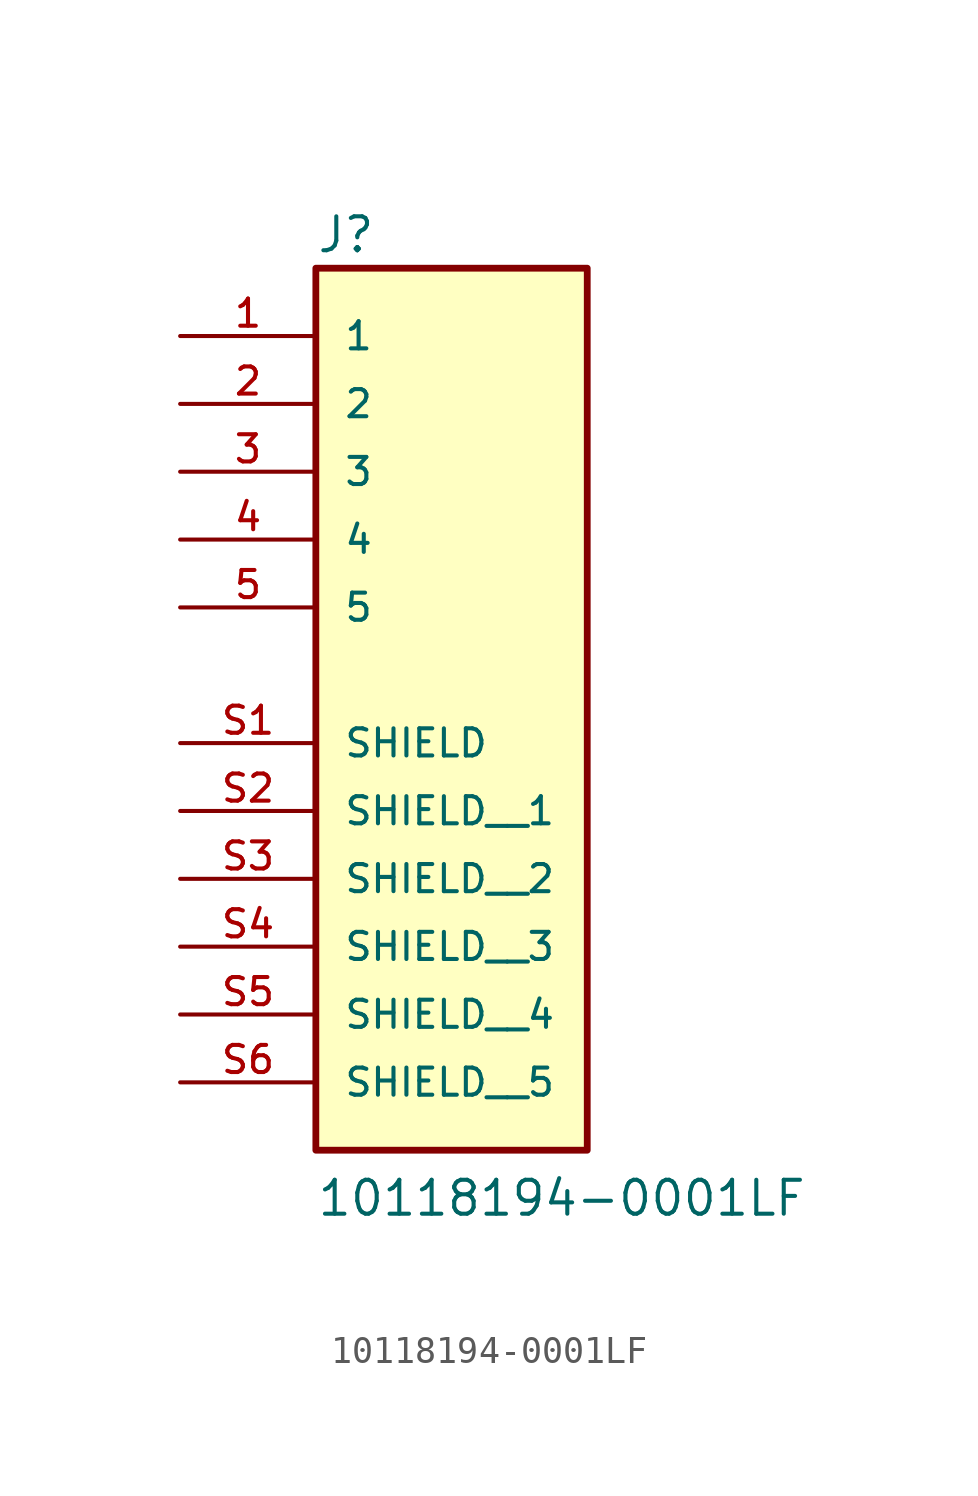
<source format=kicad_sym>
(kicad_symbol_lib
  (version 20211014)
  (generator kicad_symbol_editor)
  (symbol "10118194-0001LF"
    (pin_names
      (offset 1.016))
    (property "Reference" "J"
      (at -5.08 10.668 0)
      (effects (font (size 1.27 1.27)) (justify bottom left)))
    (property "Value" "10118194-0001LF"
      (at -5.08 -25.4 0)
      (effects (font (size 1.27 1.27)) (justify bottom left)))
    (symbol "10118194-0001LF_0_0"
      (rectangle (start -5.08 -22.86) (end 5.08 10.16) (stroke (width 0.254)) (fill (type background)))
      (pin passive line (at -10.16 7.62 0) (length 5.08) (name "1" (effects (font (size 1.016 1.016)))) (number "1" (effects (font (size 1.016 1.016)))))
      (pin passive line (at -10.16 5.08 0) (length 5.08) (name "2" (effects (font (size 1.016 1.016)))) (number "2" (effects (font (size 1.016 1.016)))))
      (pin passive line (at -10.16 2.54 0) (length 5.08) (name "3" (effects (font (size 1.016 1.016)))) (number "3" (effects (font (size 1.016 1.016)))))
      (pin passive line (at -10.16 0.0 0) (length 5.08) (name "4" (effects (font (size 1.016 1.016)))) (number "4" (effects (font (size 1.016 1.016)))))
      (pin passive line (at -10.16 -2.54 0) (length 5.08) (name "5" (effects (font (size 1.016 1.016)))) (number "5" (effects (font (size 1.016 1.016)))))
      (pin passive line (at -10.16 -7.62 0) (length 5.08) (name "SHIELD" (effects (font (size 1.016 1.016)))) (number "S1" (effects (font (size 1.016 1.016)))))
      (pin passive line (at -10.16 -10.16 0) (length 5.08) (name "SHIELD__1" (effects (font (size 1.016 1.016)))) (number "S2" (effects (font (size 1.016 1.016)))))
      (pin passive line (at -10.16 -12.7 0) (length 5.08) (name "SHIELD__2" (effects (font (size 1.016 1.016)))) (number "S3" (effects (font (size 1.016 1.016)))))
      (pin passive line (at -10.16 -15.24 0) (length 5.08) (name "SHIELD__3" (effects (font (size 1.016 1.016)))) (number "S4" (effects (font (size 1.016 1.016)))))
      (pin passive line (at -10.16 -17.78 0) (length 5.08) (name "SHIELD__4" (effects (font (size 1.016 1.016)))) (number "S5" (effects (font (size 1.016 1.016)))))
      (pin passive line (at -10.16 -20.32 0) (length 5.08) (name "SHIELD__5" (effects (font (size 1.016 1.016)))) (number "S6" (effects (font (size 1.016 1.016))))))))
</source>
